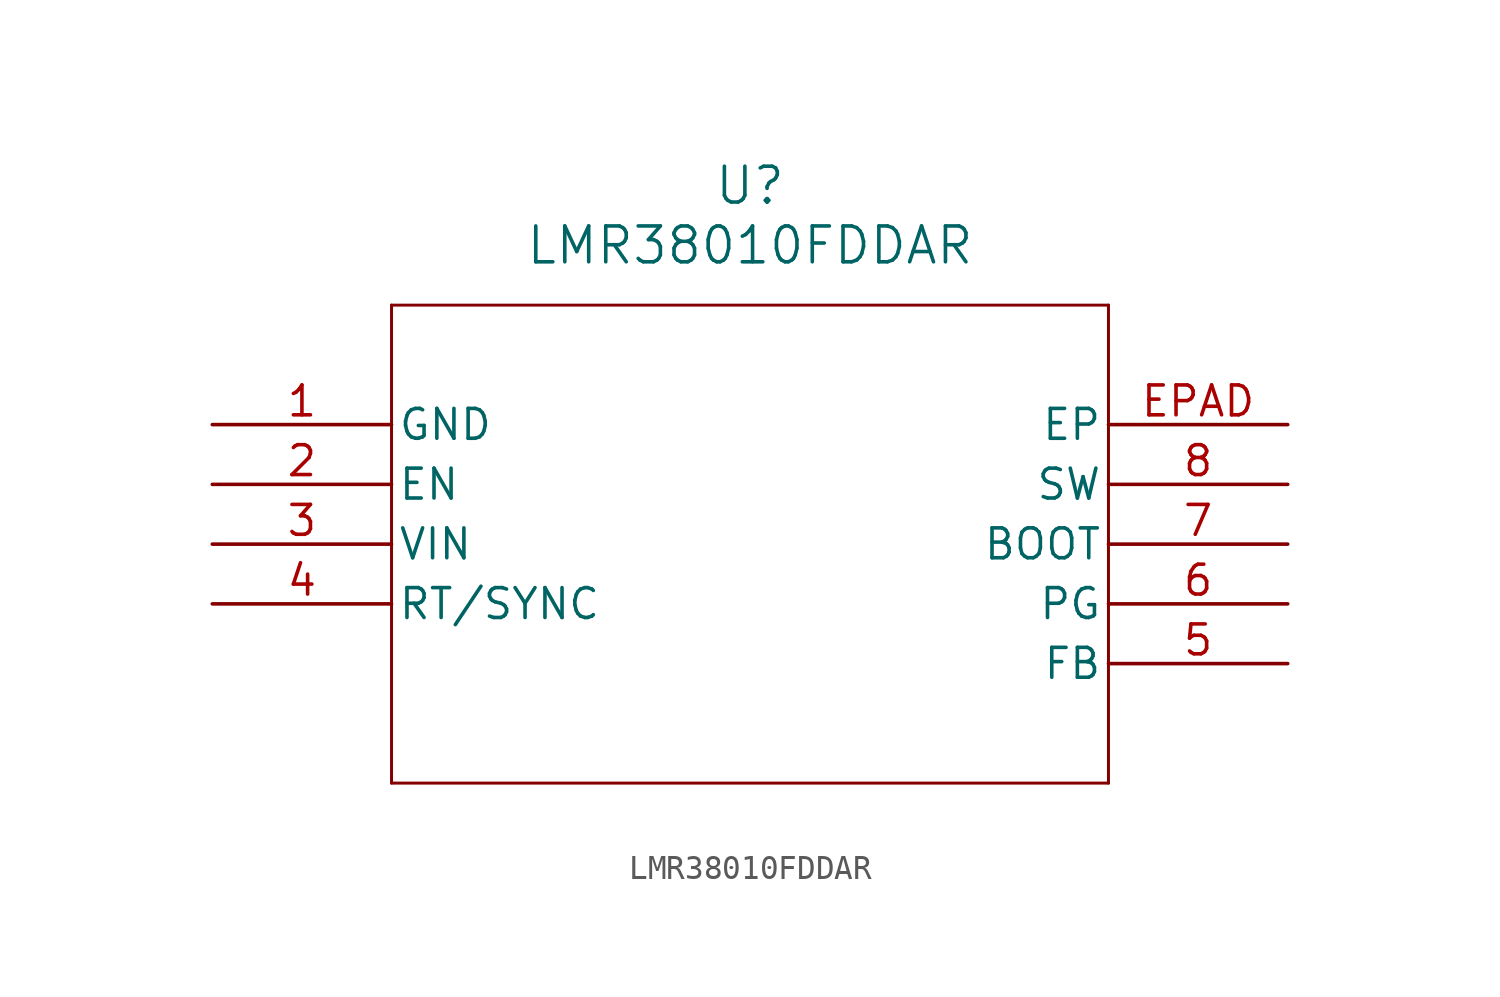
<source format=kicad_sym>
(kicad_symbol_lib
  (version 20211014)
  (generator kicad_symbol_editor)
  (symbol "LMR38010FDDAR"
    (pin_names
      (offset 0.254))
    (property "Reference" "U"
      (at 22.86 10.16 0)
      (effects (font (size 1.524 1.524))))
    (property "Value" "LMR38010FDDAR"
      (at 22.86 7.62 0)
      (effects (font (size 1.524 1.524))))
    (symbol "LMR38010FDDAR_0_1"
      (polyline (pts (xy 7.62 5.08) (xy 7.62 -15.24)) (stroke (width 0.127) (type default) (color 0 0 0 0)) (fill (type none)))
      (polyline (pts (xy 7.62 -15.24) (xy 38.1 -15.24)) (stroke (width 0.127) (type default) (color 0 0 0 0)) (fill (type none)))
      (polyline (pts (xy 38.1 -15.24) (xy 38.1 5.08)) (stroke (width 0.127) (type default) (color 0 0 0 0)) (fill (type none)))
      (polyline (pts (xy 38.1 5.08) (xy 7.62 5.08)) (stroke (width 0.127) (type default) (color 0 0 0 0)) (fill (type none)))
      (pin power_out line (at 0 0 0) (length 7.62) (name "GND" (effects (font (size 1.27 1.27)))) (number "1" (effects (font (size 1.27 1.27)))))
      (pin unspecified line (at 0 -2.54 0) (length 7.62) (name "EN" (effects (font (size 1.27 1.27)))) (number "2" (effects (font (size 1.27 1.27)))))
      (pin power_in line (at 0 -5.08 0) (length 7.62) (name "VIN" (effects (font (size 1.27 1.27)))) (number "3" (effects (font (size 1.27 1.27)))))
      (pin unspecified line (at 0 -7.62 0) (length 7.62) (name "RT/SYNC" (effects (font (size 1.27 1.27)))) (number "4" (effects (font (size 1.27 1.27)))))
      (pin unspecified line (at 45.72 -10.16 180) (length 7.62) (name "FB" (effects (font (size 1.27 1.27)))) (number "5" (effects (font (size 1.27 1.27)))))
      (pin unspecified line (at 45.72 -7.62 180) (length 7.62) (name "PG" (effects (font (size 1.27 1.27)))) (number "6" (effects (font (size 1.27 1.27)))))
      (pin power_in line (at 45.72 -5.08 180) (length 7.62) (name "BOOT" (effects (font (size 1.27 1.27)))) (number "7" (effects (font (size 1.27 1.27)))))
      (pin power_in line (at 45.72 -2.54 180) (length 7.62) (name "SW" (effects (font (size 1.27 1.27)))) (number "8" (effects (font (size 1.27 1.27)))))
      (pin power_out line (at 45.72 0 180) (length 7.62) (name "EP" (effects (font (size 1.27 1.27)))) (number "EPAD" (effects (font (size 1.27 1.27))))))))
</source>
